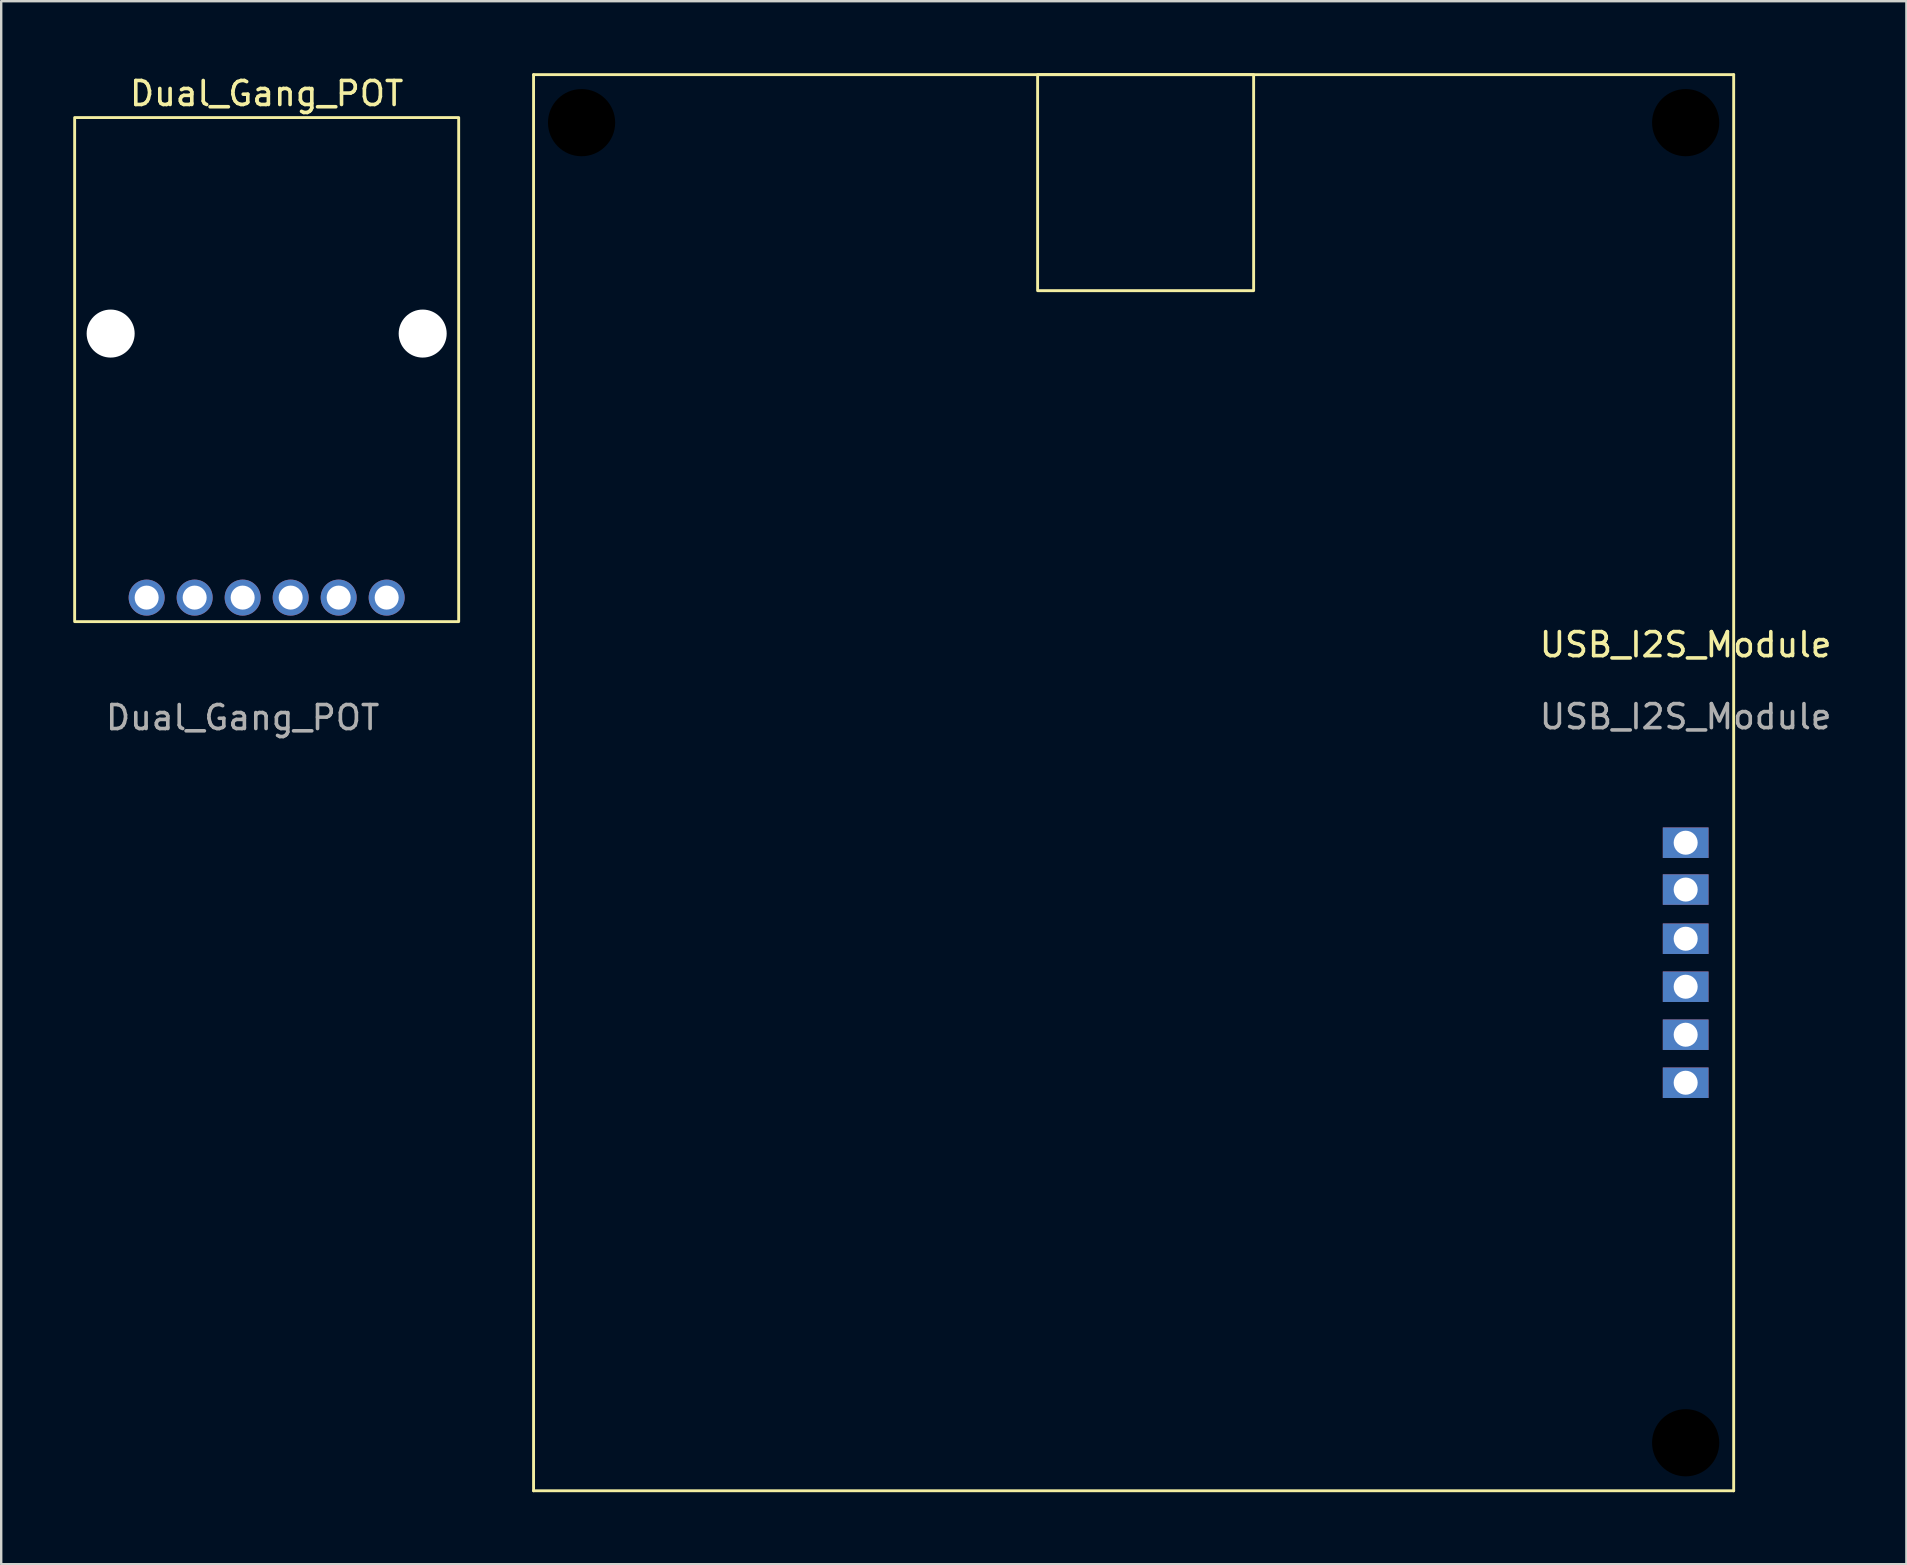
<source format=kicad_pcb>
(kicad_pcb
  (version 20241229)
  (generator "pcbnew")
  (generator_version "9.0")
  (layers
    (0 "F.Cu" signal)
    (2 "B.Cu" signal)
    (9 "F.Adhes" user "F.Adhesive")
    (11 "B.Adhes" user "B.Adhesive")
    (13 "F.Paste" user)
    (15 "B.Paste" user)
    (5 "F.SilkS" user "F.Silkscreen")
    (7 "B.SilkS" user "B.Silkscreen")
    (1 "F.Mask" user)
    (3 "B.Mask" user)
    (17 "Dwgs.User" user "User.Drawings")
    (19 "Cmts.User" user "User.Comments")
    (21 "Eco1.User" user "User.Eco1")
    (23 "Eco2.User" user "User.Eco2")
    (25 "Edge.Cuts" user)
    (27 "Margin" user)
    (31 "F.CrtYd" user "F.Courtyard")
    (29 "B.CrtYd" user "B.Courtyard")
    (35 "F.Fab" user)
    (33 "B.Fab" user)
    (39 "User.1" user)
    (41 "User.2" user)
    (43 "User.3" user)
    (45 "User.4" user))
  (footprint "USB_I2S_Module"
    (layer "F.Cu")
    (at 67.18 32.06)
    (property "Reference" "USB_I2S_Module" (at 0 -8.25 0) (unlocked yes) (layer "F.SilkS") (effects (font (size 1 1) (thickness 0.15))))
    (attr smd)
    (fp_line (start -48 -32) (end 2 -32) (stroke (width 0.12) (type default)) (layer "F.SilkS"))
    (fp_line (start -48 27) (end -48 -32) (stroke (width 0.12) (type default)) (layer "F.SilkS"))
    (fp_line (start 2 27) (end -48 27) (stroke (width 0.12) (type default)) (layer "F.SilkS"))
    (fp_line (start 2 27) (end 2 -32) (stroke (width 0.12) (type default)) (layer "F.SilkS"))
    (fp_rect (start -27 -32) (end -18 -23) (stroke (width 0.12) (type default)) (fill no) (layer "F.SilkS"))
    (fp_text user "${REFERENCE}" (at 0 -5.25 0) (unlocked yes) (layer "F.Fab") (effects (font (size 1 1) (thickness 0.15))))
    (pad "" np_thru_hole circle (at -46 -30) (size 3 3) (drill 2.8) (layers "*.Mask"))
    (pad "" np_thru_hole circle (at 0 -30) (size 3 3) (drill 2.8) (layers "*.Mask"))
    (pad "" np_thru_hole circle (at 0 25) (size 3 3) (drill 2.8) (layers "*.Mask"))
    (pad "1" thru_hole rect (at 0 0) (size 1.905 1.27) (drill 1) (layers "*.Cu" "*.Mask"))
    (pad "2" thru_hole rect (at 0 1.952) (size 1.905 1.27) (drill 1) (layers "*.Cu" "*.Mask"))
    (pad "3" thru_hole rect (at 0 4) (size 1.905 1.27) (drill 1) (layers "*.Cu" "*.Mask"))
    (pad "4" thru_hole rect (at 0 6) (size 1.905 1.27) (drill 1) (layers "*.Cu" "*.Mask"))
    (pad "5" thru_hole rect (at 0 8) (size 1.905 1.27) (drill 1) (layers "*.Cu" "*.Mask"))
    (pad "6" thru_hole rect (at 0 10) (size 1.905 1.27) (drill 1) (layers "*.Cu" "*.Mask")))
  (footprint "Dual_Gang_POT"
    (layer "F.Cu")
    (at 7.06 21.848)
    (property "Reference" "Dual_Gang_POT" (at 1 -21 0) (unlocked yes) (layer "F.SilkS") (effects (font (size 1 1) (thickness 0.15))))
    (attr smd)
    (fp_rect (start -7 -20) (end 9 1) (stroke (width 0.12) (type default)) (fill no) (layer "F.SilkS"))
    (fp_text user "${REFERENCE}" (at 0 5 0) (unlocked yes) (layer "F.Fab") (effects (font (size 1 1) (thickness 0.15))))
    (pad "" np_thru_hole circle (at -5.5 -11) (size 2 2) (drill oval 2.5) (layers "*.Cu" "*.Mask"))
    (pad "" np_thru_hole circle (at 7.5 -11) (size 2 2) (drill oval 2.5) (layers "*.Cu" "*.Mask"))
    (pad "1" thru_hole circle (at 0 0) (size 1.5 1.5) (drill 1) (layers "*.Cu" "*.Mask"))
    (pad "2" thru_hole circle (at 2 0) (size 1.5 1.5) (drill 1) (layers "*.Cu" "*.Mask"))
    (pad "3" thru_hole circle (at 4 0) (size 1.5 1.5) (drill 1) (layers "*.Cu" "*.Mask"))
    (pad "4" thru_hole circle (at -2 0) (size 1.5 1.5) (drill 1) (layers "*.Cu" "*.Mask"))
    (pad "5" thru_hole circle (at -4 0) (size 1.5 1.5) (drill 1) (layers "*.Cu" "*.Mask"))
    (pad "6" thru_hole circle (at 6 0) (size 1.5 1.5) (drill 1) (layers "*.Cu" "*.Mask")))
  (gr_rect
    (start -3 -3)
    (end 76.376 62.12)
    (stroke (width 0.1) (type default))
    (fill no)
    (layer "Edge.Cuts")))
</source>
